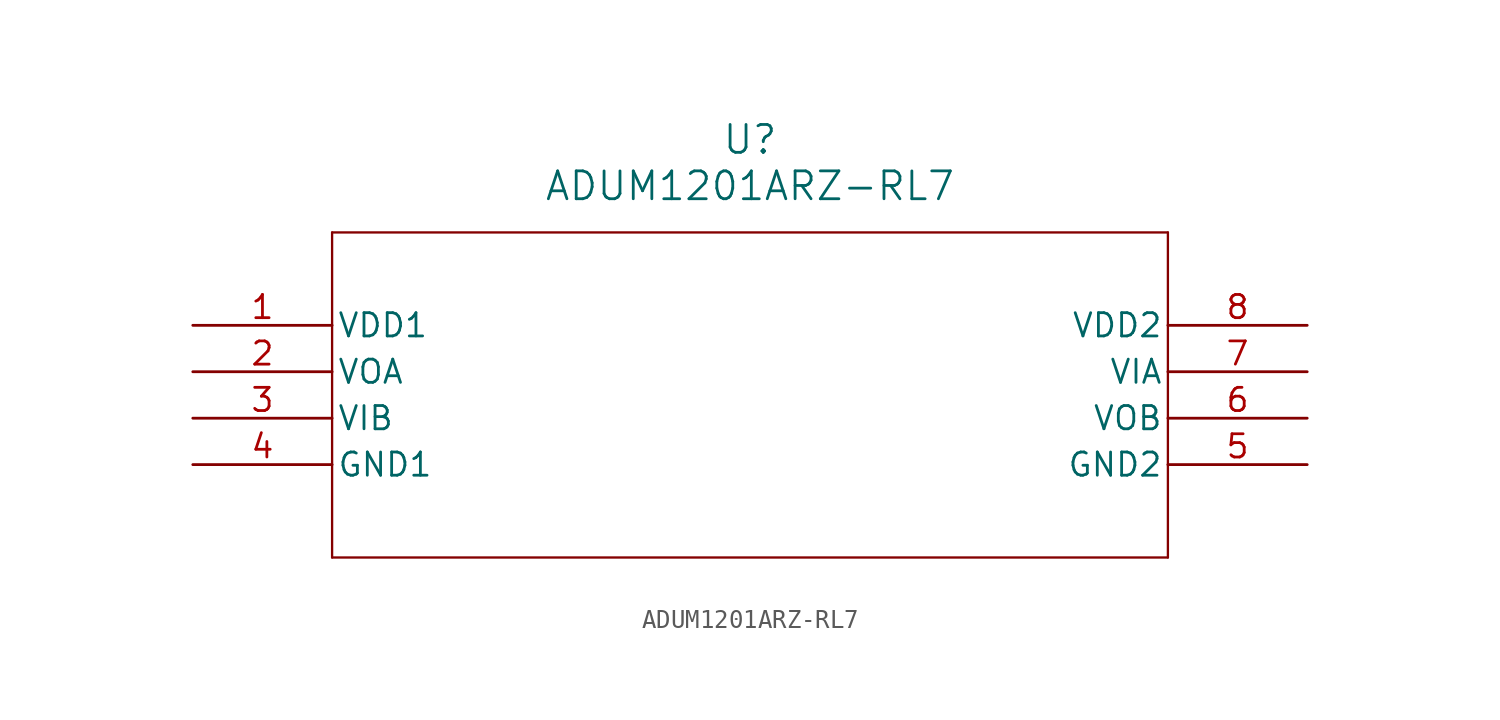
<source format=kicad_sym>
(kicad_symbol_lib
  (version 20211014)
  (generator kicad_symbol_editor)
  (symbol "ADUM1201ARZ-RL7"
    (pin_names
      (offset 0.254))
    (property "Reference" "U"
      (at 30.48 10.16 0)
      (effects (font (size 1.524 1.524))))
    (property "Value" "ADUM1201ARZ-RL7"
      (at 30.48 7.62 0)
      (effects (font (size 1.524 1.524))))
    (symbol "ADUM1201ARZ-RL7_0_1"
      (polyline (pts (xy 7.62 5.08) (xy 7.62 -12.7)) (stroke (width 0.127) (type default) (color 0 0 0 0)) (fill (type none)))
      (polyline (pts (xy 7.62 -12.7) (xy 53.34 -12.7)) (stroke (width 0.127) (type default) (color 0 0 0 0)) (fill (type none)))
      (polyline (pts (xy 53.34 -12.7) (xy 53.34 5.08)) (stroke (width 0.127) (type default) (color 0 0 0 0)) (fill (type none)))
      (polyline (pts (xy 53.34 5.08) (xy 7.62 5.08)) (stroke (width 0.127) (type default) (color 0 0 0 0)) (fill (type none)))
      (pin power_in line (at 0 0 0) (length 7.62) (name "VDD1" (effects (font (size 1.27 1.27)))) (number "1" (effects (font (size 1.27 1.27)))))
      (pin unspecified line (at 0 -2.54 0) (length 7.62) (name "VOA" (effects (font (size 1.27 1.27)))) (number "2" (effects (font (size 1.27 1.27)))))
      (pin unspecified line (at 0 -5.08 0) (length 7.62) (name "VIB" (effects (font (size 1.27 1.27)))) (number "3" (effects (font (size 1.27 1.27)))))
      (pin unspecified line (at 0 -7.62 0) (length 7.62) (name "GND1" (effects (font (size 1.27 1.27)))) (number "4" (effects (font (size 1.27 1.27)))))
      (pin unspecified line (at 60.96 -7.62 180) (length 7.62) (name "GND2" (effects (font (size 1.27 1.27)))) (number "5" (effects (font (size 1.27 1.27)))))
      (pin unspecified line (at 60.96 -5.08 180) (length 7.62) (name "VOB" (effects (font (size 1.27 1.27)))) (number "6" (effects (font (size 1.27 1.27)))))
      (pin unspecified line (at 60.96 -2.54 180) (length 7.62) (name "VIA" (effects (font (size 1.27 1.27)))) (number "7" (effects (font (size 1.27 1.27)))))
      (pin power_in line (at 60.96 0 180) (length 7.62) (name "VDD2" (effects (font (size 1.27 1.27)))) (number "8" (effects (font (size 1.27 1.27))))))))
</source>
